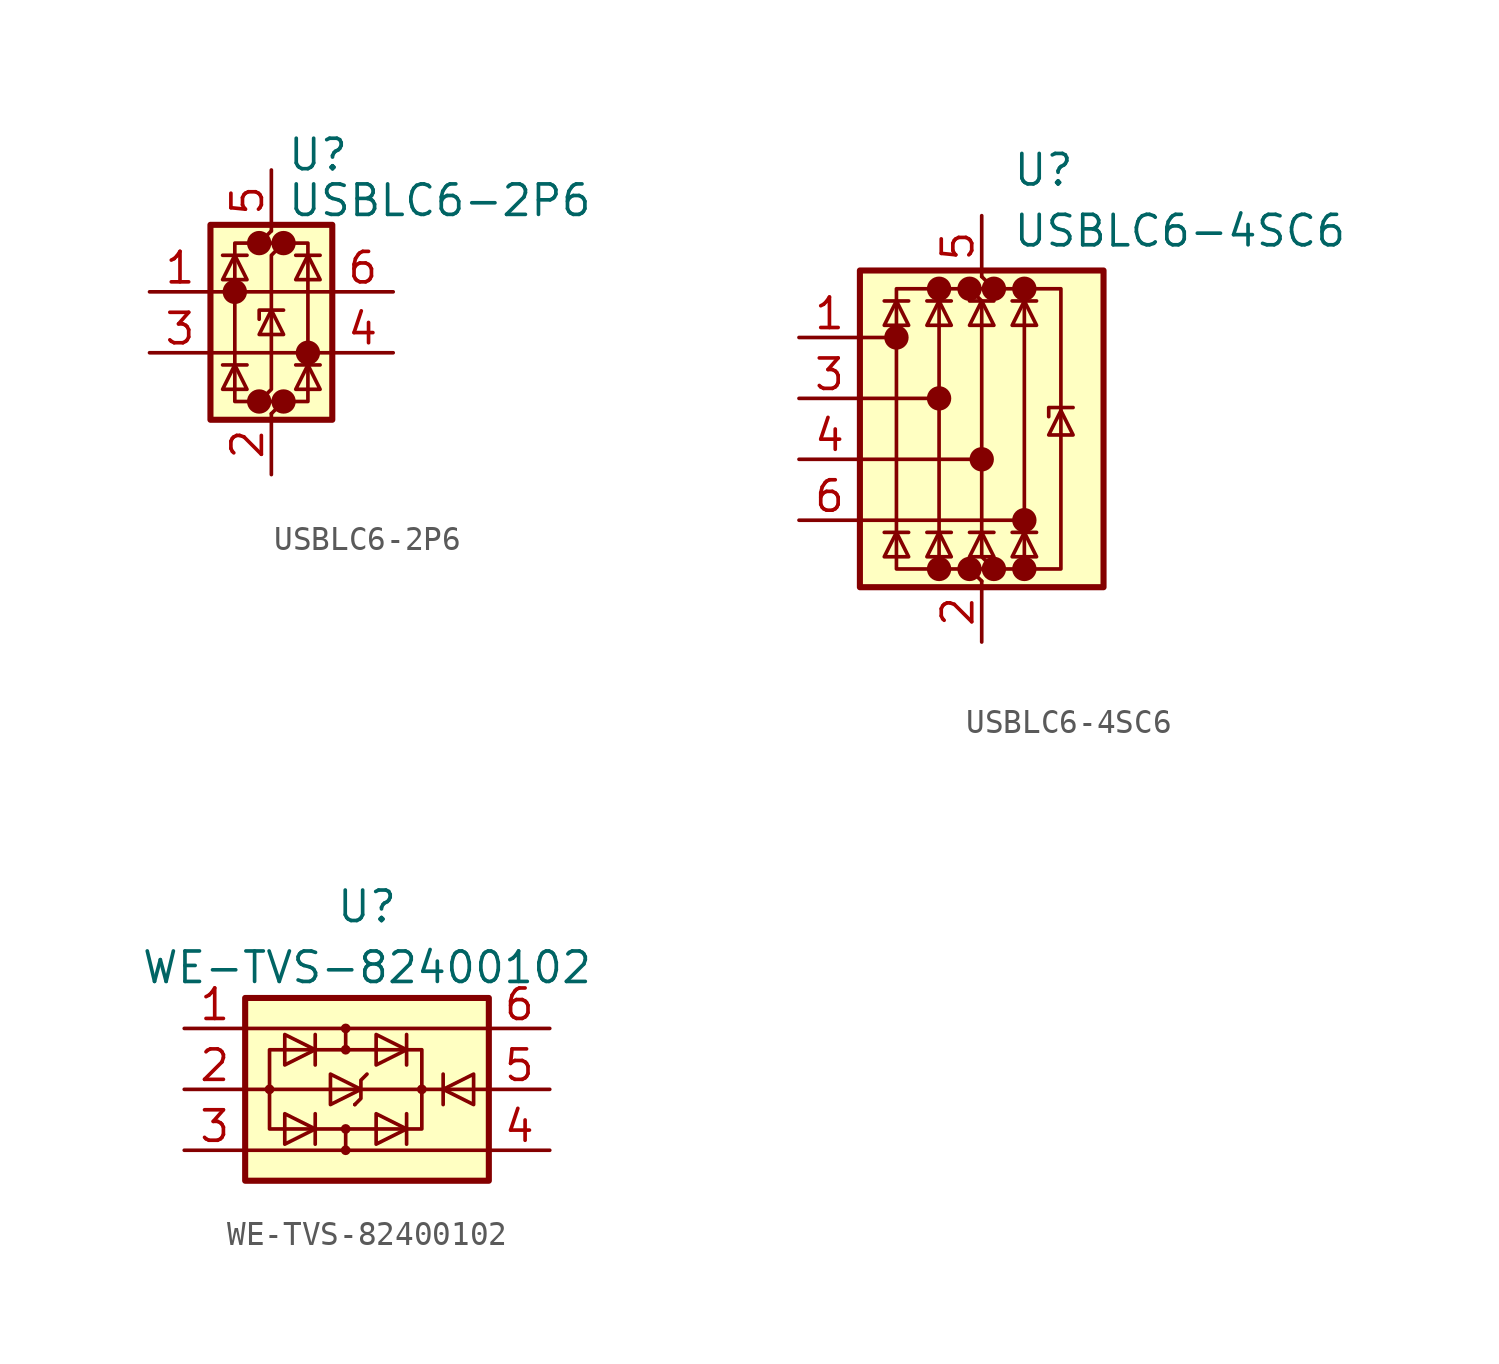
<source format=kicad_sym>
(kicad_symbol_lib
  (version 20241209)
  (generator "kicad_symbol_editor")
  (generator_version "9.0")
  (symbol "USBLC6-2P6"
    (pin_names
      (hide yes))
    (property "Reference" "U"
      (at 0.635 5.715 0)
      (effects (font (size 1.27 1.27)) (justify left)))
    (property "Value" "USBLC6-2P6"
      (at 0.635 3.81 0)
      (effects (font (size 1.27 1.27)) (justify left)))
    (symbol "USBLC6-2P6_0_0"
      (circle (center -1.524 0) (radius 0.0001) (stroke (width 0.508) (type default)) (fill (type none)))
      (circle (center -0.508 2.032) (radius 0.0001) (stroke (width 0.508) (type default)) (fill (type none)))
      (circle (center -0.508 -4.572) (radius 0.0001) (stroke (width 0.508) (type default)) (fill (type none)))
      (circle (center 0.508 2.032) (radius 0.0001) (stroke (width 0.508) (type default)) (fill (type none)))
      (circle (center 0.508 -4.572) (radius 0.0001) (stroke (width 0.508) (type default)) (fill (type none)))
      (circle (center 1.524 -2.54) (radius 0.0001) (stroke (width 0.508) (type default)) (fill (type none))))
    (symbol "USBLC6-2P6_0_1"
      (polyline (pts (xy -2.54 0) (xy 2.54 0)) (stroke (width 0) (type default)) (fill (type none)))
      (polyline (pts (xy -2.54 -2.54) (xy 2.54 -2.54)) (stroke (width 0) (type default)) (fill (type none)))
      (polyline (pts (xy -2.032 0.508) (xy -1.016 0.508) (xy -1.524 1.524) (xy -2.032 0.508)) (stroke (width 0) (type default)) (fill (type none)))
      (polyline (pts (xy -2.032 -3.048) (xy -1.016 -3.048)) (stroke (width 0) (type default)) (fill (type none)))
      (polyline (pts (xy -1.016 1.524) (xy -2.032 1.524)) (stroke (width 0) (type default)) (fill (type none)))
      (polyline (pts (xy -1.016 -4.064) (xy -2.032 -4.064) (xy -1.524 -3.048) (xy -1.016 -4.064)) (stroke (width 0) (type default)) (fill (type none)))
      (polyline (pts (xy -0.508 -1.143) (xy -0.508 -0.762) (xy 0.508 -0.762)) (stroke (width 0) (type default)) (fill (type none)))
      (polyline (pts (xy 0 2.54) (xy -0.508 2.032) (xy 0.508 2.032) (xy 0 1.524) (xy 0 -4.064) (xy -0.508 -4.572) (xy 0.508 -4.572) (xy 0 -5.08)) (stroke (width 0) (type default)) (fill (type none)))
      (polyline (pts (xy 0.508 -1.778) (xy -0.508 -1.778) (xy 0 -0.762) (xy 0.508 -1.778)) (stroke (width 0) (type default)) (fill (type none)))
      (polyline (pts (xy 1.016 1.524) (xy 2.032 1.524)) (stroke (width 0) (type default)) (fill (type none)))
      (polyline (pts (xy 1.016 -3.048) (xy 2.032 -3.048)) (stroke (width 0) (type default)) (fill (type none)))
      (polyline (pts (xy 2.032 0.508) (xy 1.016 0.508) (xy 1.524 1.524) (xy 2.032 0.508)) (stroke (width 0) (type default)) (fill (type none)))
      (polyline (pts (xy 2.032 -4.064) (xy 1.016 -4.064) (xy 1.524 -3.048) (xy 2.032 -4.064)) (stroke (width 0) (type default)) (fill (type none))))
    (symbol "USBLC6-2P6_1_1"
      (rectangle (start -2.54 2.794) (end 2.54 -5.334) (stroke (width 0.254) (type default)) (fill (type background)))
      (polyline (pts (xy -0.508 2.032) (xy -1.524 2.032) (xy -1.524 -4.572) (xy -0.508 -4.572)) (stroke (width 0) (type default)) (fill (type none)))
      (polyline (pts (xy 0.508 -4.572) (xy 1.524 -4.572) (xy 1.524 2.032) (xy 0.508 2.032)) (stroke (width 0) (type default)) (fill (type none)))
      (pin passive line (at -5.08 0 0) (length 2.54) (name "I/O1" (effects (font (size 1.27 1.27)))) (number "1" (effects (font (size 1.27 1.27)))))
      (pin passive line (at -5.08 -2.54 0) (length 2.54) (name "I/O2" (effects (font (size 1.27 1.27)))) (number "3" (effects (font (size 1.27 1.27)))))
      (pin passive line (at 0 5.08 270) (length 2.54) (name "VBUS" (effects (font (size 1.27 1.27)))) (number "5" (effects (font (size 1.27 1.27)))))
      (pin passive line (at 0 -7.62 90) (length 2.54) (name "GND" (effects (font (size 1.27 1.27)))) (number "2" (effects (font (size 1.27 1.27)))))
      (pin passive line (at 5.08 0 180) (length 2.54) (name "I/O1" (effects (font (size 1.27 1.27)))) (number "6" (effects (font (size 1.27 1.27)))))
      (pin passive line (at 5.08 -2.54 180) (length 2.54) (name "I/O2" (effects (font (size 1.27 1.27)))) (number "4" (effects (font (size 1.27 1.27)))))))
  (symbol "USBLC6-4SC6"
    (pin_names
      (hide yes))
    (property "Reference" "U"
      (at 1.27 9.525 0)
      (effects (font (size 1.27 1.27)) (justify left)))
    (property "Value" "USBLC6-4SC6"
      (at 1.27 6.985 0)
      (effects (font (size 1.27 1.27)) (justify left)))
    (symbol "USBLC6-4SC6_0_0"
      (circle (center -3.556 2.54) (radius 0.0001) (stroke (width 0.508) (type default)) (fill (type none)))
      (circle (center -1.778 4.572) (radius 0.0001) (stroke (width 0.508) (type default)) (fill (type none)))
      (circle (center -1.778 0) (radius 0.0001) (stroke (width 0.508) (type default)) (fill (type none)))
      (circle (center -1.778 -7.112) (radius 0.0001) (stroke (width 0.508) (type default)) (fill (type none)))
      (circle (center -0.508 4.572) (radius 0.0001) (stroke (width 0.508) (type default)) (fill (type none)))
      (circle (center -0.508 -7.112) (radius 0.0001) (stroke (width 0.508) (type default)) (fill (type none)))
      (circle (center 0 -2.54) (radius 0.0001) (stroke (width 0.508) (type default)) (fill (type none)))
      (circle (center 0.508 4.572) (radius 0.0001) (stroke (width 0.508) (type default)) (fill (type none)))
      (circle (center 0.508 -7.112) (radius 0.0001) (stroke (width 0.508) (type default)) (fill (type none)))
      (circle (center 1.778 4.572) (radius 0.0001) (stroke (width 0.508) (type default)) (fill (type none)))
      (circle (center 1.778 -5.08) (radius 0.0001) (stroke (width 0.508) (type default)) (fill (type none)))
      (circle (center 1.778 -7.112) (radius 0.0001) (stroke (width 0.508) (type default)) (fill (type none))))
    (symbol "USBLC6-4SC6_0_1"
      (polyline (pts (xy -5.08 2.54) (xy -3.556 2.54)) (stroke (width 0) (type default)) (fill (type none)))
      (polyline (pts (xy -5.08 0) (xy -1.778 0)) (stroke (width 0) (type default)) (fill (type none)))
      (polyline (pts (xy -5.08 -2.54) (xy 0 -2.54)) (stroke (width 0) (type default)) (fill (type none)))
      (polyline (pts (xy -5.08 -5.08) (xy 1.778 -5.08)) (stroke (width 0) (type default)) (fill (type none)))
      (polyline (pts (xy -4.064 3.048) (xy -3.048 3.048) (xy -3.556 4.064) (xy -4.064 3.048)) (stroke (width 0) (type default)) (fill (type none)))
      (polyline (pts (xy -4.064 -5.588) (xy -3.048 -5.588)) (stroke (width 0) (type default)) (fill (type none)))
      (polyline (pts (xy -3.048 4.064) (xy -4.064 4.064)) (stroke (width 0) (type default)) (fill (type none)))
      (polyline (pts (xy -3.048 -6.604) (xy -4.064 -6.604) (xy -3.556 -5.588) (xy -3.048 -6.604)) (stroke (width 0) (type default)) (fill (type none)))
      (polyline (pts (xy -2.286 4.064) (xy -1.27 4.064)) (stroke (width 0) (type default)) (fill (type none)))
      (polyline (pts (xy -2.286 -5.588) (xy -1.27 -5.588)) (stroke (width 0) (type default)) (fill (type none)))
      (polyline (pts (xy -1.27 3.048) (xy -2.286 3.048) (xy -1.778 4.064) (xy -1.27 3.048)) (stroke (width 0) (type default)) (fill (type none)))
      (polyline (pts (xy -1.27 -6.604) (xy -2.286 -6.604) (xy -1.778 -5.588) (xy -1.27 -6.604)) (stroke (width 0) (type default)) (fill (type none)))
      (polyline (pts (xy -0.508 3.048) (xy 0.508 3.048) (xy 0 4.064) (xy -0.508 3.048)) (stroke (width 0) (type default)) (fill (type none)))
      (polyline (pts (xy -0.508 -5.588) (xy 0.508 -5.588)) (stroke (width 0) (type default)) (fill (type none)))
      (polyline (pts (xy -0.508 -6.604) (xy 0.508 -6.604) (xy 0 -5.588) (xy -0.508 -6.604)) (stroke (width 0) (type default)) (fill (type none)))
      (polyline (pts (xy 0 5.08) (xy 0.508 4.572)) (stroke (width 0) (type default)) (fill (type none)))
      (polyline (pts (xy 0.508 4.064) (xy -0.508 4.064)) (stroke (width 0) (type default)) (fill (type none)))
      (polyline (pts (xy 0.508 -7.112) (xy -0.508 -7.112)) (stroke (width 0) (type default)) (fill (type none)))
      (polyline (pts (xy 1.27 4.064) (xy 2.286 4.064)) (stroke (width 0) (type default)) (fill (type none)))
      (polyline (pts (xy 1.27 -6.604) (xy 2.286 -6.604) (xy 1.778 -5.588) (xy 1.27 -6.604)) (stroke (width 0) (type default)) (fill (type none)))
      (polyline (pts (xy 1.778 4.572) (xy 3.302 4.572) (xy 3.302 -7.112) (xy 1.778 -7.112)) (stroke (width 0) (type default)) (fill (type none)))
      (polyline (pts (xy 2.286 3.048) (xy 1.27 3.048) (xy 1.778 4.064) (xy 2.286 3.048)) (stroke (width 0) (type default)) (fill (type none)))
      (polyline (pts (xy 2.286 -5.588) (xy 1.27 -5.588)) (stroke (width 0) (type default)) (fill (type none)))
      (polyline (pts (xy 2.794 -0.762) (xy 2.794 -0.381) (xy 3.81 -0.381)) (stroke (width 0) (type default)) (fill (type none)))
      (polyline (pts (xy 3.81 -1.524) (xy 2.794 -1.524) (xy 3.302 -0.508) (xy 3.81 -1.524)) (stroke (width 0) (type default)) (fill (type none))))
    (symbol "USBLC6-4SC6_1_1"
      (rectangle (start -5.08 5.334) (end 5.08 -7.874) (stroke (width 0.254) (type default)) (fill (type background)))
      (polyline (pts (xy -1.778 4.572) (xy -3.556 4.572) (xy -3.556 -7.112) (xy -1.778 -7.112)) (stroke (width 0) (type default)) (fill (type none)))
      (polyline (pts (xy -0.508 4.572) (xy 1.778 4.572) (xy 1.778 -7.112) (xy 0.508 -7.112)) (stroke (width 0) (type default)) (fill (type none)))
      (polyline (pts (xy 0 -7.62) (xy -0.508 -7.112) (xy -1.778 -7.112) (xy -1.778 4.572) (xy -0.508 4.572)) (stroke (width 0) (type default)) (fill (type none)))
      (polyline (pts (xy 0.508 -7.112) (xy 0 -6.604) (xy 0 4.064) (xy -0.508 4.572)) (stroke (width 0) (type default)) (fill (type none)))
      (pin passive line (at -7.62 2.54 0) (length 2.54) (name "I/O1" (effects (font (size 1.27 1.27)))) (number "1" (effects (font (size 1.27 1.27)))))
      (pin passive line (at -7.62 0 0) (length 2.54) (name "I/O2" (effects (font (size 1.27 1.27)))) (number "3" (effects (font (size 1.27 1.27)))))
      (pin passive line (at -7.62 -2.54 0) (length 2.54) (name "I/O3" (effects (font (size 1.27 1.27)))) (number "4" (effects (font (size 1.27 1.27)))))
      (pin passive line (at -7.62 -5.08 0) (length 2.54) (name "I/O4" (effects (font (size 1.27 1.27)))) (number "6" (effects (font (size 1.27 1.27)))))
      (pin passive line (at 0 7.62 270) (length 2.54) (name "VBUS" (effects (font (size 1.27 1.27)))) (number "5" (effects (font (size 1.27 1.27)))))
      (pin passive line (at 0 -10.16 90) (length 2.54) (name "GND" (effects (font (size 1.27 1.27)))) (number "2" (effects (font (size 1.27 1.27)))))))
  (symbol "WE-TVS-82400102"
    (property "Reference" "U"
      (at 0 7.62 0)
      (effects (font (size 1.27 1.27))))
    (property "Value" "WE-TVS-82400102"
      (at 0 5.08 0)
      (effects (font (size 1.27 1.27))))
    (symbol "WE-TVS-82400102_0_1"
      (polyline (pts (xy -5.08 2.54) (xy 5.08 2.54)) (stroke (width 0) (type default)) (fill (type none)))
      (polyline (pts (xy -5.08 -2.54) (xy 5.08 -2.54)) (stroke (width 0) (type default)) (fill (type none)))
      (rectangle (start -4.064 1.651) (end 2.286 -1.651) (stroke (width 0) (type default)) (fill (type none)))
      (circle (center -4.064 0) (radius 0.127) (stroke (width 0) (type default)) (fill (type none)))
      (polyline (pts (xy -4.064 0) (xy -5.08 0)) (stroke (width 0) (type default)) (fill (type none)))
      (polyline (pts (xy -4.064 0) (xy 2.286 0)) (stroke (width 0) (type default)) (fill (type outline)))
      (polyline (pts (xy -3.429 1.016) (xy -3.429 2.286) (xy -2.159 1.651) (xy -3.429 1.016)) (stroke (width 0) (type default)) (fill (type none)))
      (polyline (pts (xy -3.429 -1.016) (xy -3.429 -2.286) (xy -2.159 -1.651) (xy -3.429 -1.016)) (stroke (width 0) (type default)) (fill (type none)))
      (polyline (pts (xy -2.159 2.286) (xy -2.159 1.016)) (stroke (width 0) (type default)) (fill (type none)))
      (polyline (pts (xy -2.159 -1.016) (xy -2.159 -2.286)) (stroke (width 0) (type default)) (fill (type none)))
      (circle (center -0.889 2.54) (radius 0.127) (stroke (width 0) (type default)) (fill (type none)))
      (circle (center -0.889 1.651) (radius 0.127) (stroke (width 0) (type default)) (fill (type none)))
      (polyline (pts (xy -0.889 1.651) (xy -0.889 2.54)) (stroke (width 0) (type default)) (fill (type none)))
      (circle (center -0.889 -1.651) (radius 0.127) (stroke (width 0) (type default)) (fill (type none)))
      (polyline (pts (xy -0.889 -1.651) (xy -0.889 -2.413)) (stroke (width 0) (type default)) (fill (type none)))
      (circle (center -0.889 -2.54) (radius 0.127) (stroke (width 0) (type default)) (fill (type none)))
      (polyline (pts (xy -0.508 -0.635) (xy -0.508 -0.635)) (stroke (width 0) (type default)) (fill (type none)))
      (polyline (pts (xy 0 0.635) (xy -0.254 0.381) (xy -0.254 -0.381) (xy -0.508 -0.635)) (stroke (width 0) (type default)) (fill (type none)))
      (polyline (pts (xy 0.381 1.016) (xy 0.381 2.286) (xy 1.651 1.651) (xy 0.381 1.016)) (stroke (width 0) (type default)) (fill (type none)))
      (polyline (pts (xy 0.381 -1.016) (xy 0.381 -2.286) (xy 1.651 -1.651) (xy 0.381 -1.016)) (stroke (width 0) (type default)) (fill (type none)))
      (polyline (pts (xy 1.651 2.286) (xy 1.651 1.016)) (stroke (width 0) (type default)) (fill (type none)))
      (polyline (pts (xy 1.651 -1.016) (xy 1.651 -2.286)) (stroke (width 0) (type default)) (fill (type none)))
      (polyline (pts (xy 2.286 0) (xy 5.08 0)) (stroke (width 0) (type default)) (fill (type none)))
      (circle (center 2.286 0) (radius 0.127) (stroke (width 0) (type default)) (fill (type none))))
    (symbol "WE-TVS-82400102_1_1"
      (rectangle (start -5.08 3.81) (end 5.08 -3.81) (stroke (width 0.254) (type default)) (fill (type background)))
      (polyline (pts (xy -1.524 0.635) (xy -1.524 -0.635) (xy -0.254 0) (xy -1.524 0.635)) (stroke (width 0) (type default)) (fill (type none)))
      (polyline (pts (xy 3.175 0.635) (xy 3.175 -0.635)) (stroke (width 0) (type default)) (fill (type none)))
      (polyline (pts (xy 4.445 0.635) (xy 4.445 -0.635) (xy 3.175 0) (xy 4.445 0.635)) (stroke (width 0) (type default)) (fill (type none)))
      (pin passive line (at -7.62 2.54 0) (length 2.54) (name "~" (effects (font (size 1.27 1.27)))) (number "1" (effects (font (size 1.27 1.27)))))
      (pin passive line (at -7.62 0 0) (length 2.54) (name "~" (effects (font (size 1.27 1.27)))) (number "2" (effects (font (size 1.27 1.27)))))
      (pin passive line (at -7.62 -2.54 0) (length 2.54) (name "~" (effects (font (size 1.27 1.27)))) (number "3" (effects (font (size 1.27 1.27)))))
      (pin passive line (at 7.62 2.54 180) (length 2.54) (name "~" (effects (font (size 1.27 1.27)))) (number "6" (effects (font (size 1.27 1.27)))))
      (pin passive line (at 7.62 0 180) (length 2.54) (name "~" (effects (font (size 1.27 1.27)))) (number "5" (effects (font (size 1.27 1.27)))))
      (pin passive line (at 7.62 -2.54 180) (length 2.54) (name "~" (effects (font (size 1.27 1.27)))) (number "4" (effects (font (size 1.27 1.27))))))))
</source>
